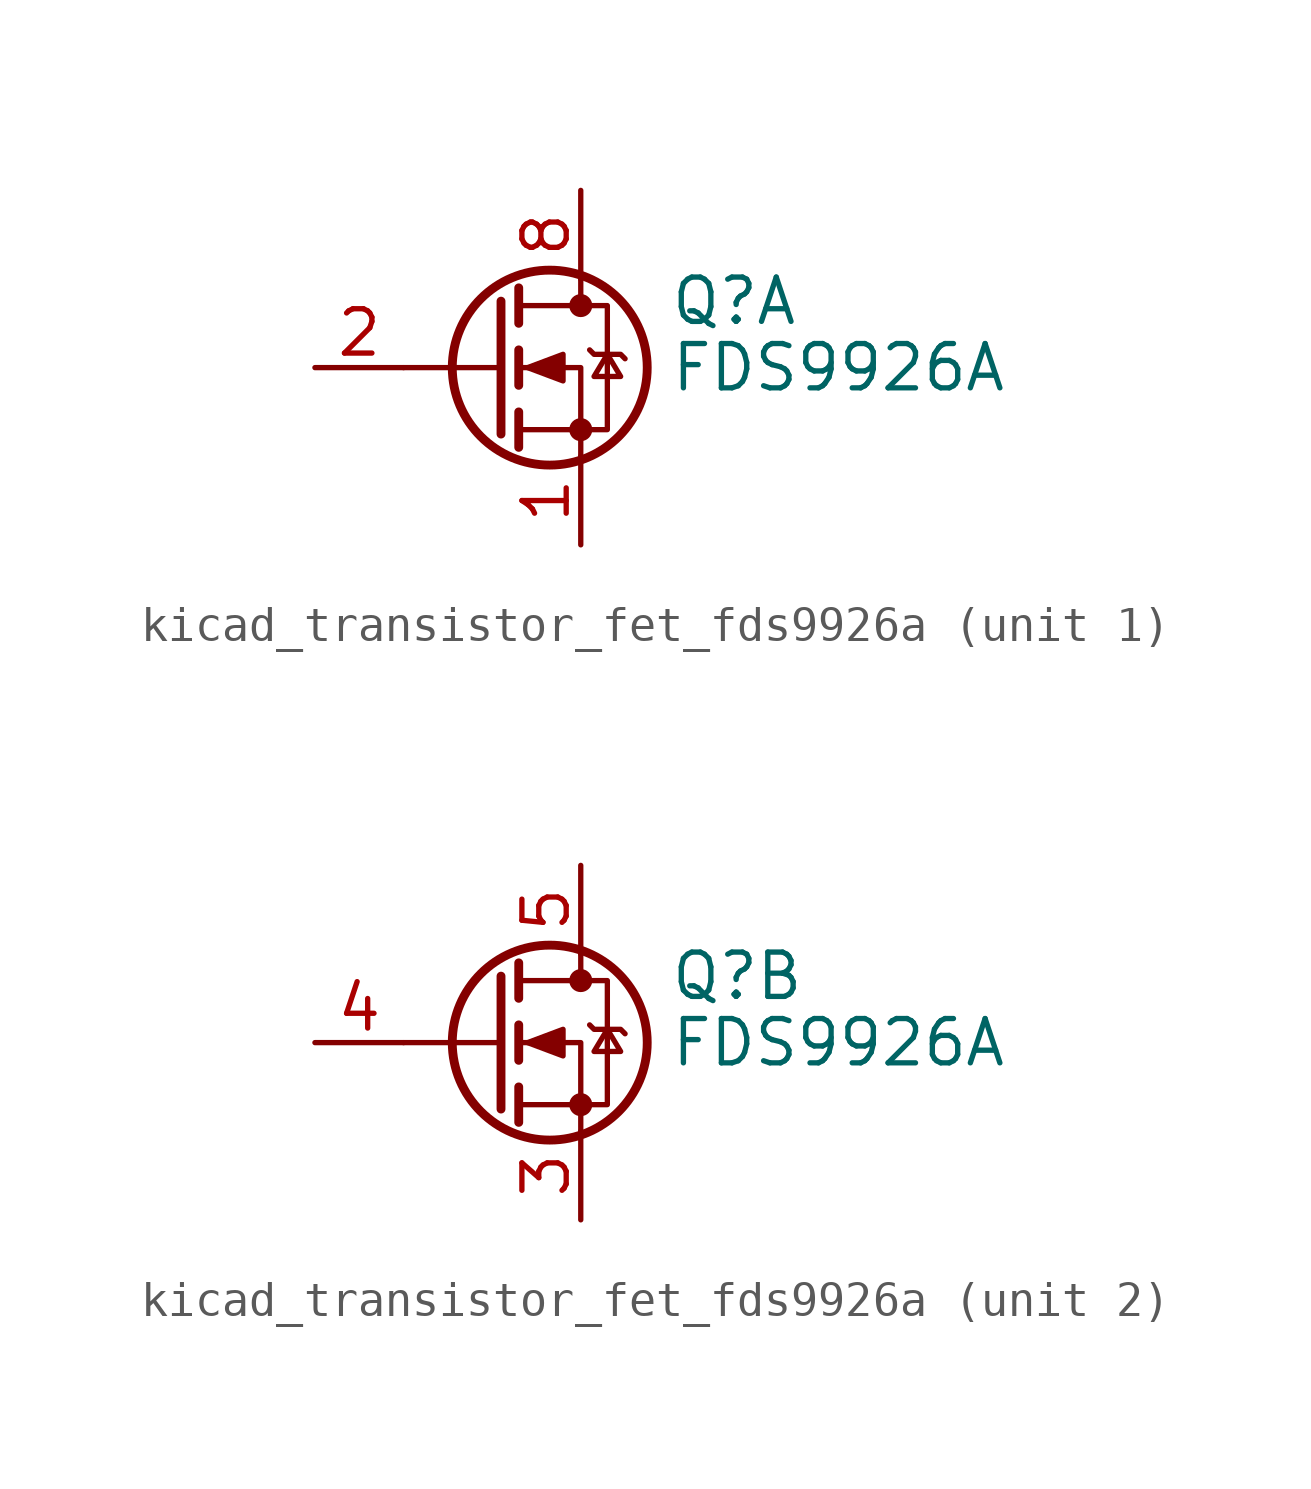
<source format=kicad_sym>
(kicad_symbol_lib
  (version 20220914)
  (generator kicad_symbol_editor)
  (symbol "kicad_transistor_fet_fds9926a"
    (pin_names hide)
    (property "Reference" "Q"
      (at 5.08 1.905 0)
      (effects (font (size 1.27 1.27)) (justify left)))
    (property "Value" "FDS9926A"
      (at 5.08 0 0)
      (effects (font (size 1.27 1.27)) (justify left)))
    (symbol "kicad_transistor_fet_fds9926a_0_1"
      (polyline (pts (xy 0.254 0) (xy -2.54 0)) (stroke (width 0) (type default)) (fill (type none)))
      (polyline (pts (xy 0.254 1.905) (xy 0.254 -1.905)) (stroke (width 0.254) (type default)) (fill (type none)))
      (polyline (pts (xy 0.762 -1.27) (xy 0.762 -2.286)) (stroke (width 0.254) (type default)) (fill (type none)))
      (polyline (pts (xy 0.762 0.508) (xy 0.762 -0.508)) (stroke (width 0.254) (type default)) (fill (type none)))
      (polyline (pts (xy 0.762 2.286) (xy 0.762 1.27)) (stroke (width 0.254) (type default)) (fill (type none)))
      (polyline (pts (xy 2.54 2.54) (xy 2.54 1.778)) (stroke (width 0) (type default)) (fill (type none)))
      (polyline (pts (xy 2.54 -2.54) (xy 2.54 0) (xy 0.762 0)) (stroke (width 0) (type default)) (fill (type none)))
      (polyline (pts (xy 0.762 -1.778) (xy 3.302 -1.778) (xy 3.302 1.778) (xy 0.762 1.778)) (stroke (width 0) (type default)) (fill (type none)))
      (polyline (pts (xy 1.016 0) (xy 2.032 0.381) (xy 2.032 -0.381) (xy 1.016 0)) (stroke (width 0) (type default)) (fill (type outline)))
      (polyline (pts (xy 2.794 0.508) (xy 2.921 0.381) (xy 3.683 0.381) (xy 3.81 0.254)) (stroke (width 0) (type default)) (fill (type none)))
      (polyline (pts (xy 3.302 0.381) (xy 2.921 -0.254) (xy 3.683 -0.254) (xy 3.302 0.381)) (stroke (width 0) (type default)) (fill (type none)))
      (circle (center 1.651 0) (radius 2.794) (stroke (width 0.254) (type default)) (fill (type none)))
      (circle (center 2.54 -1.778) (radius 0.254) (stroke (width 0) (type default)) (fill (type outline)))
      (circle (center 2.54 1.778) (radius 0.254) (stroke (width 0) (type default)) (fill (type outline))))
    (symbol "kicad_transistor_fet_fds9926a_1_1"
      (pin passive line (at 2.54 -5.08 90) (length 2.54) (name "S1" (effects (font (size 1.27 1.27)))) (number "1" (effects (font (size 1.27 1.27)))))
      (pin passive line (at -5.08 0 0) (length 2.54) (name "G1" (effects (font (size 1.27 1.27)))) (number "2" (effects (font (size 1.27 1.27)))))
      (pin passive line (at 2.54 5.08 270) (length 2.54) hide (name "D1" (effects (font (size 1.27 1.27)))) (number "7" (effects (font (size 1.27 1.27)))))
      (pin passive line (at 2.54 5.08 270) (length 2.54) (name "D1" (effects (font (size 1.27 1.27)))) (number "8" (effects (font (size 1.27 1.27))))))
    (symbol "kicad_transistor_fet_fds9926a_2_1"
      (pin passive line (at 2.54 -5.08 90) (length 2.54) (name "S2" (effects (font (size 1.27 1.27)))) (number "3" (effects (font (size 1.27 1.27)))))
      (pin passive line (at -5.08 0 0) (length 2.54) (name "G2" (effects (font (size 1.27 1.27)))) (number "4" (effects (font (size 1.27 1.27)))))
      (pin passive line (at 2.54 5.08 270) (length 2.54) (name "D2" (effects (font (size 1.27 1.27)))) (number "5" (effects (font (size 1.27 1.27)))))
      (pin passive line (at 2.54 5.08 270) (length 2.54) hide (name "D2" (effects (font (size 1.27 1.27)))) (number "6" (effects (font (size 1.27 1.27))))))))
</source>
